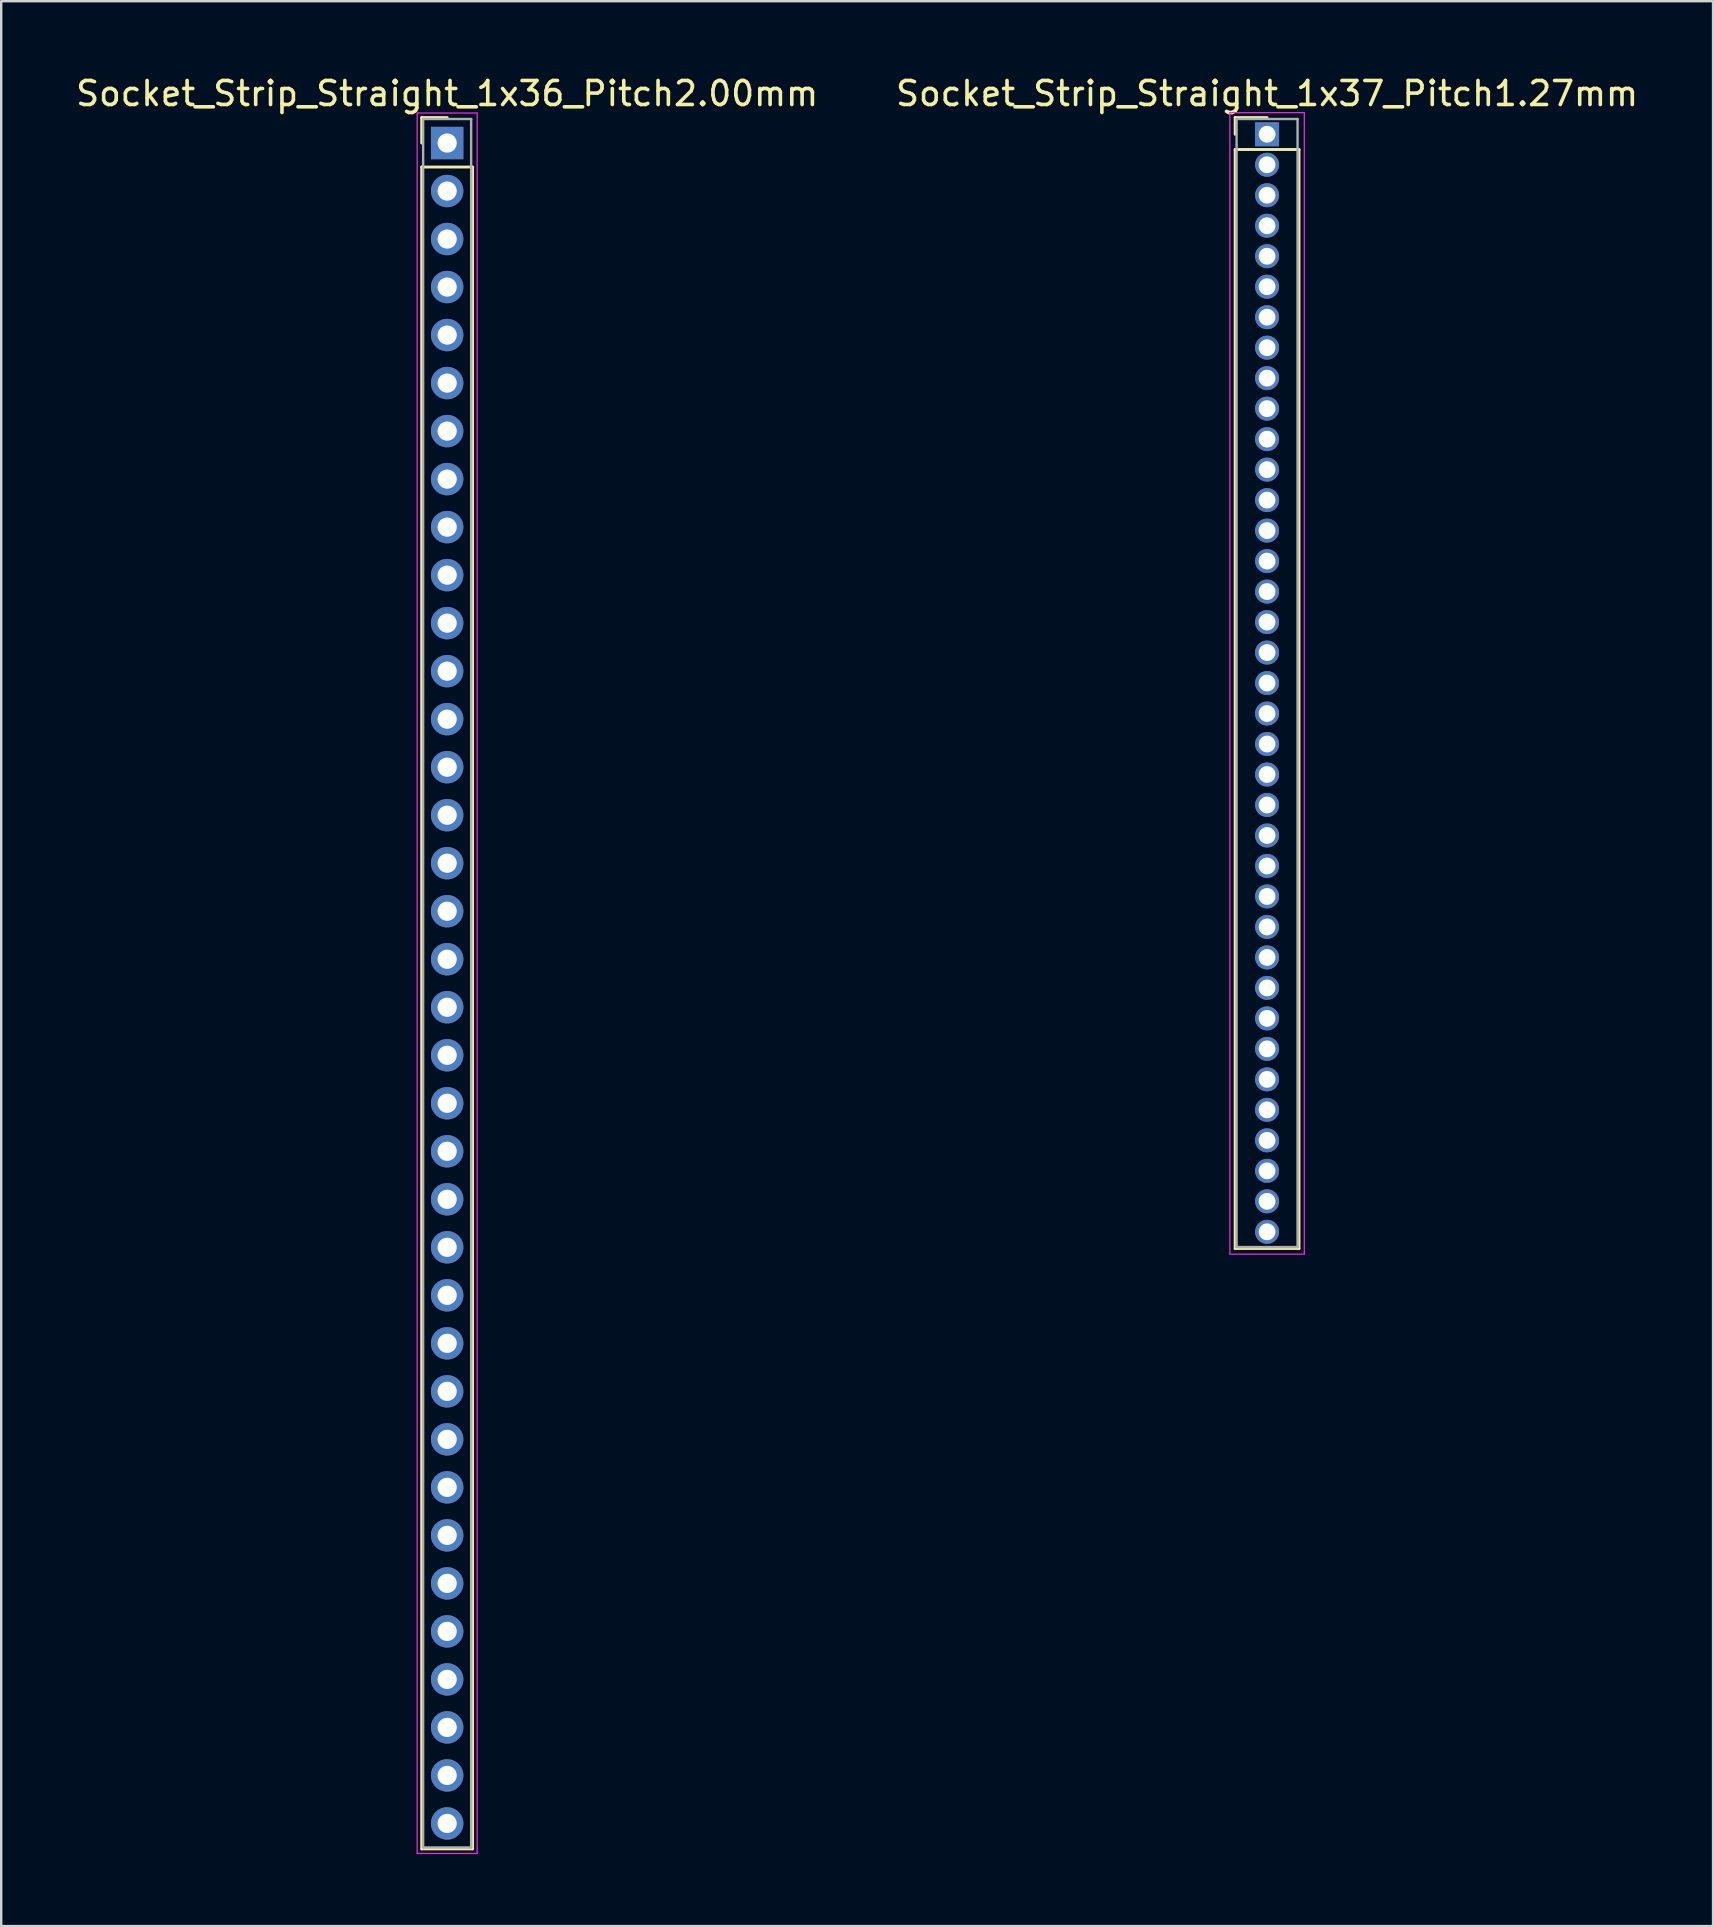
<source format=kicad_pcb>
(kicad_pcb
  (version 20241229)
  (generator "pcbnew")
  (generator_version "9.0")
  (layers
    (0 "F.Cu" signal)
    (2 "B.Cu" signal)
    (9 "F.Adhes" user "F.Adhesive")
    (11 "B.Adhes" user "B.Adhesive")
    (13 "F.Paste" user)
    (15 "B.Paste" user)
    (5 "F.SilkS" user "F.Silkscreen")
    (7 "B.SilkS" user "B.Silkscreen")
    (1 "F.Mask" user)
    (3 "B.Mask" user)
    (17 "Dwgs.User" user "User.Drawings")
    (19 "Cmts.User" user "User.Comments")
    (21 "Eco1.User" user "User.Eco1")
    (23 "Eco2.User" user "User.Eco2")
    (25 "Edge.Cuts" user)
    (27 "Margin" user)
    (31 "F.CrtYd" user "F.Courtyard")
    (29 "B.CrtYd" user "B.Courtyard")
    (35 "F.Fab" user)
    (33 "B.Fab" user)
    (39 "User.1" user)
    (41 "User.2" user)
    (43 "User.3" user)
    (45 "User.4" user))
  (footprint "Socket_Strip_Straight_1x37_Pitch1.27mm"
    (layer "F.Cu")
    (at 49.732 2.543)
    (property "Reference" "Socket_Strip_Straight_1x37_Pitch1.27mm" (at 0 -1.695 0) (layer "F.SilkS") (effects (font (size 1 1) (thickness 0.15))))
    (attr through_hole)
    (fp_line (start -1.33 -0.695) (end 0 -0.695) (stroke (width 0.12) (type solid)) (layer "F.SilkS"))
    (fp_line (start -1.33 0) (end -1.33 -0.695) (stroke (width 0.12) (type solid)) (layer "F.SilkS"))
    (fp_line (start -1.33 0.635) (end -1.33 46.415) (stroke (width 0.12) (type solid)) (layer "F.SilkS"))
    (fp_line (start -1.33 46.415) (end 1.33 46.415) (stroke (width 0.12) (type solid)) (layer "F.SilkS"))
    (fp_line (start 1.33 0.635) (end -1.33 0.635) (stroke (width 0.12) (type solid)) (layer "F.SilkS"))
    (fp_line (start 1.33 46.415) (end 1.33 0.635) (stroke (width 0.12) (type solid)) (layer "F.SilkS"))
    (fp_line (start -1.55 -0.9) (end -1.55 46.65) (stroke (width 0.05) (type solid)) (layer "F.CrtYd"))
    (fp_line (start -1.55 46.65) (end 1.55 46.65) (stroke (width 0.05) (type solid)) (layer "F.CrtYd"))
    (fp_line (start 1.55 -0.9) (end -1.55 -0.9) (stroke (width 0.05) (type solid)) (layer "F.CrtYd"))
    (fp_line (start 1.55 46.65) (end 1.55 -0.9) (stroke (width 0.05) (type solid)) (layer "F.CrtYd"))
    (fp_line (start -1.27 -0.635) (end -1.27 46.355) (stroke (width 0.1) (type solid)) (layer "F.Fab"))
    (fp_line (start -1.27 46.355) (end 1.27 46.355) (stroke (width 0.1) (type solid)) (layer "F.Fab"))
    (fp_line (start 1.27 -0.635) (end -1.27 -0.635) (stroke (width 0.1) (type solid)) (layer "F.Fab"))
    (fp_line (start 1.27 46.355) (end 1.27 -0.635) (stroke (width 0.1) (type solid)) (layer "F.Fab"))
    (pad "1" thru_hole rect (at 0 0) (size 1 1) (drill 0.7) (layers "*.Cu" "*.Mask"))
    (pad "2" thru_hole oval (at 0 1.27) (size 1 1) (drill 0.7) (layers "*.Cu" "*.Mask"))
    (pad "3" thru_hole oval (at 0 2.54) (size 1 1) (drill 0.7) (layers "*.Cu" "*.Mask"))
    (pad "4" thru_hole oval (at 0 3.81) (size 1 1) (drill 0.7) (layers "*.Cu" "*.Mask"))
    (pad "5" thru_hole oval (at 0 5.08) (size 1 1) (drill 0.7) (layers "*.Cu" "*.Mask"))
    (pad "6" thru_hole oval (at 0 6.35) (size 1 1) (drill 0.7) (layers "*.Cu" "*.Mask"))
    (pad "7" thru_hole oval (at 0 7.62) (size 1 1) (drill 0.7) (layers "*.Cu" "*.Mask"))
    (pad "8" thru_hole oval (at 0 8.89) (size 1 1) (drill 0.7) (layers "*.Cu" "*.Mask"))
    (pad "9" thru_hole oval (at 0 10.16) (size 1 1) (drill 0.7) (layers "*.Cu" "*.Mask"))
    (pad "10" thru_hole oval (at 0 11.43) (size 1 1) (drill 0.7) (layers "*.Cu" "*.Mask"))
    (pad "11" thru_hole oval (at 0 12.7) (size 1 1) (drill 0.7) (layers "*.Cu" "*.Mask"))
    (pad "12" thru_hole oval (at 0 13.97) (size 1 1) (drill 0.7) (layers "*.Cu" "*.Mask"))
    (pad "13" thru_hole oval (at 0 15.24) (size 1 1) (drill 0.7) (layers "*.Cu" "*.Mask"))
    (pad "14" thru_hole oval (at 0 16.51) (size 1 1) (drill 0.7) (layers "*.Cu" "*.Mask"))
    (pad "15" thru_hole oval (at 0 17.78) (size 1 1) (drill 0.7) (layers "*.Cu" "*.Mask"))
    (pad "16" thru_hole oval (at 0 19.05) (size 1 1) (drill 0.7) (layers "*.Cu" "*.Mask"))
    (pad "17" thru_hole oval (at 0 20.32) (size 1 1) (drill 0.7) (layers "*.Cu" "*.Mask"))
    (pad "18" thru_hole oval (at 0 21.59) (size 1 1) (drill 0.7) (layers "*.Cu" "*.Mask"))
    (pad "19" thru_hole oval (at 0 22.86) (size 1 1) (drill 0.7) (layers "*.Cu" "*.Mask"))
    (pad "20" thru_hole oval (at 0 24.13) (size 1 1) (drill 0.7) (layers "*.Cu" "*.Mask"))
    (pad "21" thru_hole oval (at 0 25.4) (size 1 1) (drill 0.7) (layers "*.Cu" "*.Mask"))
    (pad "22" thru_hole oval (at 0 26.67) (size 1 1) (drill 0.7) (layers "*.Cu" "*.Mask"))
    (pad "23" thru_hole oval (at 0 27.94) (size 1 1) (drill 0.7) (layers "*.Cu" "*.Mask"))
    (pad "24" thru_hole oval (at 0 29.21) (size 1 1) (drill 0.7) (layers "*.Cu" "*.Mask"))
    (pad "25" thru_hole oval (at 0 30.48) (size 1 1) (drill 0.7) (layers "*.Cu" "*.Mask"))
    (pad "26" thru_hole oval (at 0 31.75) (size 1 1) (drill 0.7) (layers "*.Cu" "*.Mask"))
    (pad "27" thru_hole oval (at 0 33.02) (size 1 1) (drill 0.7) (layers "*.Cu" "*.Mask"))
    (pad "28" thru_hole oval (at 0 34.29) (size 1 1) (drill 0.7) (layers "*.Cu" "*.Mask"))
    (pad "29" thru_hole oval (at 0 35.56) (size 1 1) (drill 0.7) (layers "*.Cu" "*.Mask"))
    (pad "30" thru_hole oval (at 0 36.83) (size 1 1) (drill 0.7) (layers "*.Cu" "*.Mask"))
    (pad "31" thru_hole oval (at 0 38.1) (size 1 1) (drill 0.7) (layers "*.Cu" "*.Mask"))
    (pad "32" thru_hole oval (at 0 39.37) (size 1 1) (drill 0.7) (layers "*.Cu" "*.Mask"))
    (pad "33" thru_hole oval (at 0 40.64) (size 1 1) (drill 0.7) (layers "*.Cu" "*.Mask"))
    (pad "34" thru_hole oval (at 0 41.91) (size 1 1) (drill 0.7) (layers "*.Cu" "*.Mask"))
    (pad "35" thru_hole oval (at 0 43.18) (size 1 1) (drill 0.7) (layers "*.Cu" "*.Mask"))
    (pad "36" thru_hole oval (at 0 44.45) (size 1 1) (drill 0.7) (layers "*.Cu" "*.Mask"))
    (pad "37" thru_hole oval (at 0 45.72) (size 1 1) (drill 0.7) (layers "*.Cu" "*.Mask")))
  (footprint "Socket_Strip_Straight_1x36_Pitch2.00mm"
    (layer "F.Cu")
    (at 15.577 2.908)
    (property "Reference" "Socket_Strip_Straight_1x36_Pitch2.00mm" (at 0 -2.06 0) (layer "F.SilkS") (effects (font (size 1 1) (thickness 0.15))))
    (attr through_hole)
    (fp_line (start -1.06 -1.06) (end 0 -1.06) (stroke (width 0.12) (type solid)) (layer "F.SilkS"))
    (fp_line (start -1.06 0) (end -1.06 -1.06) (stroke (width 0.12) (type solid)) (layer "F.SilkS"))
    (fp_line (start -1.06 1) (end -1.06 71.06) (stroke (width 0.12) (type solid)) (layer "F.SilkS"))
    (fp_line (start -1.06 71.06) (end 1.06 71.06) (stroke (width 0.12) (type solid)) (layer "F.SilkS"))
    (fp_line (start 1.06 1) (end -1.06 1) (stroke (width 0.12) (type solid)) (layer "F.SilkS"))
    (fp_line (start 1.06 71.06) (end 1.06 1) (stroke (width 0.12) (type solid)) (layer "F.SilkS"))
    (fp_line (start -1.25 -1.25) (end -1.25 71.25) (stroke (width 0.05) (type solid)) (layer "F.CrtYd"))
    (fp_line (start -1.25 71.25) (end 1.25 71.25) (stroke (width 0.05) (type solid)) (layer "F.CrtYd"))
    (fp_line (start 1.25 -1.25) (end -1.25 -1.25) (stroke (width 0.05) (type solid)) (layer "F.CrtYd"))
    (fp_line (start 1.25 71.25) (end 1.25 -1.25) (stroke (width 0.05) (type solid)) (layer "F.CrtYd"))
    (fp_line (start -1 -1) (end -1 71) (stroke (width 0.1) (type solid)) (layer "F.Fab"))
    (fp_line (start -1 71) (end 1 71) (stroke (width 0.1) (type solid)) (layer "F.Fab"))
    (fp_line (start 1 -1) (end -1 -1) (stroke (width 0.1) (type solid)) (layer "F.Fab"))
    (fp_line (start 1 71) (end 1 -1) (stroke (width 0.1) (type solid)) (layer "F.Fab"))
    (pad "1" thru_hole rect (at 0 0) (size 1.35 1.35) (drill 0.8) (layers "*.Cu" "*.Mask"))
    (pad "2" thru_hole oval (at 0 2) (size 1.35 1.35) (drill 0.8) (layers "*.Cu" "*.Mask"))
    (pad "3" thru_hole oval (at 0 4) (size 1.35 1.35) (drill 0.8) (layers "*.Cu" "*.Mask"))
    (pad "4" thru_hole oval (at 0 6) (size 1.35 1.35) (drill 0.8) (layers "*.Cu" "*.Mask"))
    (pad "5" thru_hole oval (at 0 8) (size 1.35 1.35) (drill 0.8) (layers "*.Cu" "*.Mask"))
    (pad "6" thru_hole oval (at 0 10) (size 1.35 1.35) (drill 0.8) (layers "*.Cu" "*.Mask"))
    (pad "7" thru_hole oval (at 0 12) (size 1.35 1.35) (drill 0.8) (layers "*.Cu" "*.Mask"))
    (pad "8" thru_hole oval (at 0 14) (size 1.35 1.35) (drill 0.8) (layers "*.Cu" "*.Mask"))
    (pad "9" thru_hole oval (at 0 16) (size 1.35 1.35) (drill 0.8) (layers "*.Cu" "*.Mask"))
    (pad "10" thru_hole oval (at 0 18) (size 1.35 1.35) (drill 0.8) (layers "*.Cu" "*.Mask"))
    (pad "11" thru_hole oval (at 0 20) (size 1.35 1.35) (drill 0.8) (layers "*.Cu" "*.Mask"))
    (pad "12" thru_hole oval (at 0 22) (size 1.35 1.35) (drill 0.8) (layers "*.Cu" "*.Mask"))
    (pad "13" thru_hole oval (at 0 24) (size 1.35 1.35) (drill 0.8) (layers "*.Cu" "*.Mask"))
    (pad "14" thru_hole oval (at 0 26) (size 1.35 1.35) (drill 0.8) (layers "*.Cu" "*.Mask"))
    (pad "15" thru_hole oval (at 0 28) (size 1.35 1.35) (drill 0.8) (layers "*.Cu" "*.Mask"))
    (pad "16" thru_hole oval (at 0 30) (size 1.35 1.35) (drill 0.8) (layers "*.Cu" "*.Mask"))
    (pad "17" thru_hole oval (at 0 32) (size 1.35 1.35) (drill 0.8) (layers "*.Cu" "*.Mask"))
    (pad "18" thru_hole oval (at 0 34) (size 1.35 1.35) (drill 0.8) (layers "*.Cu" "*.Mask"))
    (pad "19" thru_hole oval (at 0 36) (size 1.35 1.35) (drill 0.8) (layers "*.Cu" "*.Mask"))
    (pad "20" thru_hole oval (at 0 38) (size 1.35 1.35) (drill 0.8) (layers "*.Cu" "*.Mask"))
    (pad "21" thru_hole oval (at 0 40) (size 1.35 1.35) (drill 0.8) (layers "*.Cu" "*.Mask"))
    (pad "22" thru_hole oval (at 0 42) (size 1.35 1.35) (drill 0.8) (layers "*.Cu" "*.Mask"))
    (pad "23" thru_hole oval (at 0 44) (size 1.35 1.35) (drill 0.8) (layers "*.Cu" "*.Mask"))
    (pad "24" thru_hole oval (at 0 46) (size 1.35 1.35) (drill 0.8) (layers "*.Cu" "*.Mask"))
    (pad "25" thru_hole oval (at 0 48) (size 1.35 1.35) (drill 0.8) (layers "*.Cu" "*.Mask"))
    (pad "26" thru_hole oval (at 0 50) (size 1.35 1.35) (drill 0.8) (layers "*.Cu" "*.Mask"))
    (pad "27" thru_hole oval (at 0 52) (size 1.35 1.35) (drill 0.8) (layers "*.Cu" "*.Mask"))
    (pad "28" thru_hole oval (at 0 54) (size 1.35 1.35) (drill 0.8) (layers "*.Cu" "*.Mask"))
    (pad "29" thru_hole oval (at 0 56) (size 1.35 1.35) (drill 0.8) (layers "*.Cu" "*.Mask"))
    (pad "30" thru_hole oval (at 0 58) (size 1.35 1.35) (drill 0.8) (layers "*.Cu" "*.Mask"))
    (pad "31" thru_hole oval (at 0 60) (size 1.35 1.35) (drill 0.8) (layers "*.Cu" "*.Mask"))
    (pad "32" thru_hole oval (at 0 62) (size 1.35 1.35) (drill 0.8) (layers "*.Cu" "*.Mask"))
    (pad "33" thru_hole oval (at 0 64) (size 1.35 1.35) (drill 0.8) (layers "*.Cu" "*.Mask"))
    (pad "34" thru_hole oval (at 0 66) (size 1.35 1.35) (drill 0.8) (layers "*.Cu" "*.Mask"))
    (pad "35" thru_hole oval (at 0 68) (size 1.35 1.35) (drill 0.8) (layers "*.Cu" "*.Mask"))
    (pad "36" thru_hole oval (at 0 70) (size 1.35 1.35) (drill 0.8) (layers "*.Cu" "*.Mask")))
  (gr_rect
    (start -3 -3)
    (end 68.31 77.183)
    (stroke (width 0.1) (type default))
    (fill no)
    (layer "Edge.Cuts")))
</source>
